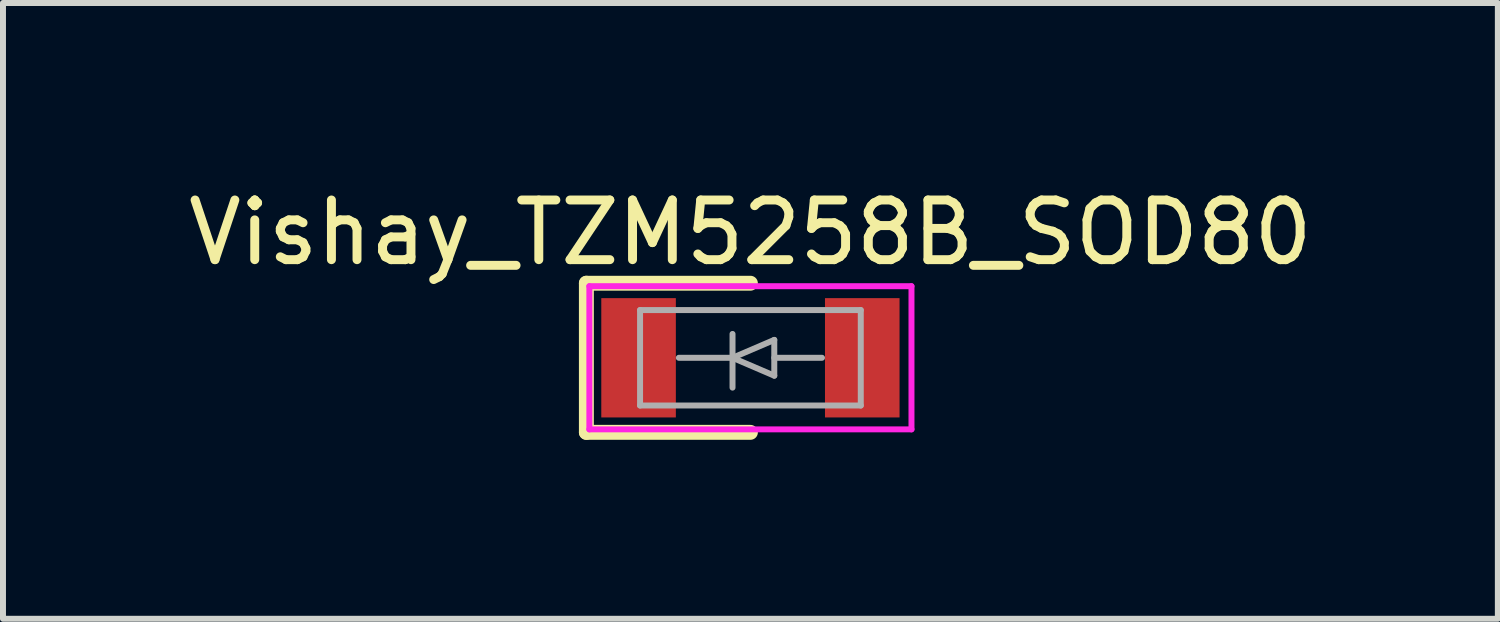
<source format=kicad_pcb>
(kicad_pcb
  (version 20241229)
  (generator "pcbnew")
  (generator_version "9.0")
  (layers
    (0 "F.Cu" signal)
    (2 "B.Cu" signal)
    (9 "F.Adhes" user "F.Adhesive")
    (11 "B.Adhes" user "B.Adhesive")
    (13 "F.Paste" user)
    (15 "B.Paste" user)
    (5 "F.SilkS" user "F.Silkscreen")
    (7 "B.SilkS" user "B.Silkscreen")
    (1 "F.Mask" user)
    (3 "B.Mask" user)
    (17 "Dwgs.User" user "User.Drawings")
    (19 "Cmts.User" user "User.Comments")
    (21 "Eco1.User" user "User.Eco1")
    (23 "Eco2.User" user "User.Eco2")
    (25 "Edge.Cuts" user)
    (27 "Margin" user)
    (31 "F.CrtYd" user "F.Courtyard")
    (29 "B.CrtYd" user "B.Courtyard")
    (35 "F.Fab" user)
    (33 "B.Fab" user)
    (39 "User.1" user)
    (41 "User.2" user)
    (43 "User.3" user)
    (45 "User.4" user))
  (footprint "Vishay_TZM5258B_SOD80"
    (layer "F.Cu")
    (at 9.53 2.948)
    (property "Reference" "Vishay_TZM5258B_SOD80" (at 0 -2.1 0) (layer "F.SilkS") (effects (font (size 1 1) (thickness 0.15))))
    (attr through_hole)
    (fp_line (start -2.75 -1.25) (end -2.75 1.25) (stroke (width 0.25) (type solid)) (layer "F.SilkS"))
    (fp_line (start -2.75 1.25) (end 0 1.25) (stroke (width 0.25) (type solid)) (layer "F.SilkS"))
    (fp_line (start 0 -1.25) (end -2.75 -1.25) (stroke (width 0.25) (type solid)) (layer "F.SilkS"))
    (fp_line (start -2.7 -1.2) (end 2.7 -1.2) (stroke (width 0.1) (type solid)) (layer "F.CrtYd"))
    (fp_line (start -2.7 1.2) (end -2.7 -1.2) (stroke (width 0.1) (type solid)) (layer "F.CrtYd"))
    (fp_line (start 2.7 -1.2) (end 2.7 1.2) (stroke (width 0.1) (type solid)) (layer "F.CrtYd"))
    (fp_line (start 2.7 1.2) (end -2.7 1.2) (stroke (width 0.1) (type solid)) (layer "F.CrtYd"))
    (fp_line (start -1.85 -0.8) (end 1.85 -0.8) (stroke (width 0.1) (type solid)) (layer "F.Fab"))
    (fp_line (start -1.85 0.8) (end -1.85 -0.8) (stroke (width 0.1) (type solid)) (layer "F.Fab"))
    (fp_line (start -0.3 0) (end -1.2 0) (stroke (width 0.1) (type solid)) (layer "F.Fab"))
    (fp_line (start -0.3 0) (end 0.4 0.3) (stroke (width 0.1) (type solid)) (layer "F.Fab"))
    (fp_line (start -0.3 0.5) (end -0.3 -0.4) (stroke (width 0.1) (type solid)) (layer "F.Fab"))
    (fp_line (start 0.4 -0.3) (end -0.3 0) (stroke (width 0.1) (type solid)) (layer "F.Fab"))
    (fp_line (start 0.4 0) (end 1.2 0) (stroke (width 0.1) (type solid)) (layer "F.Fab"))
    (fp_line (start 0.4 0.3) (end 0.4 -0.3) (stroke (width 0.1) (type solid)) (layer "F.Fab"))
    (fp_line (start 1.85 -0.8) (end 1.85 0.8) (stroke (width 0.1) (type solid)) (layer "F.Fab"))
    (fp_line (start 1.85 0.8) (end -1.85 0.8) (stroke (width 0.1) (type solid)) (layer "F.Fab"))
    (pad "1" smd rect (at -1.875 0) (size 1.25 2) (layers "F.Cu" "F.Mask" "F.Paste"))
    (pad "2" smd rect (at 1.875 0) (size 1.25 2) (layers "F.Cu" "F.Mask" "F.Paste")))
  (gr_rect
    (start -3 -3)
    (end 22.06 7.323)
    (stroke (width 0.1) (type default))
    (fill no)
    (layer "Edge.Cuts")))
</source>
